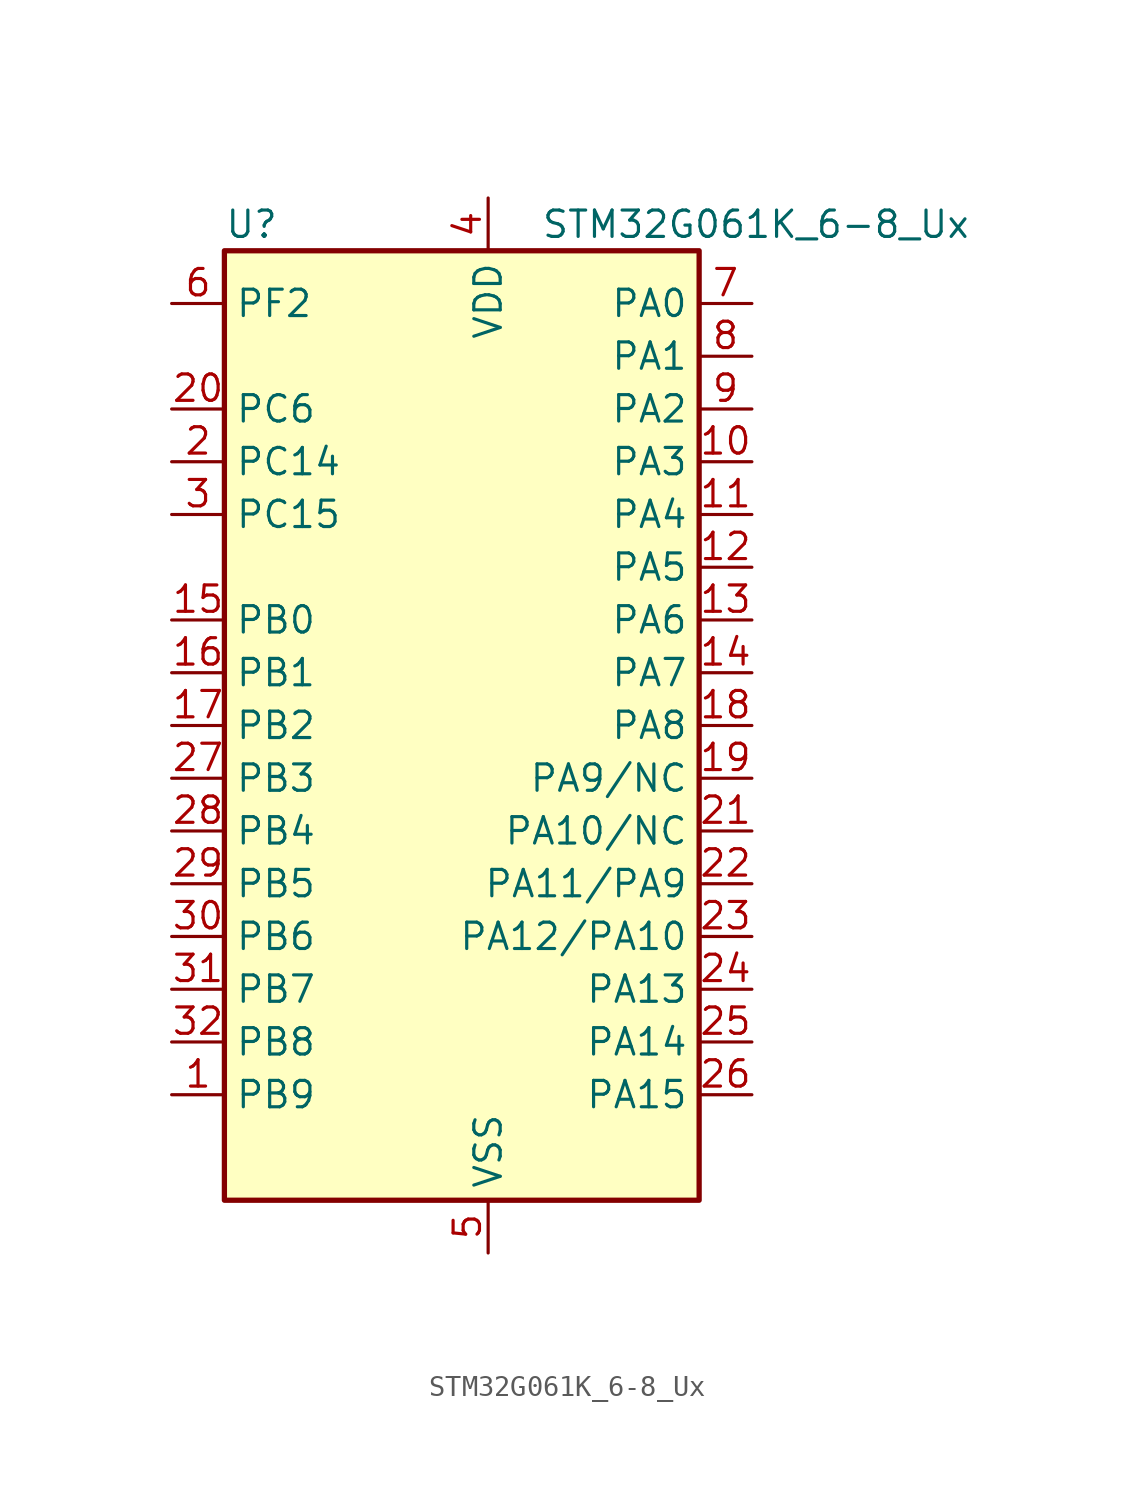
<source format=kicad_sym>
(kicad_symbol_lib
  (version 20231120)
  (generator "kicad_symbol_editor")
  (generator_version "8.0")
  (symbol "STM32G061K_6-8_Ux"
    (property "Reference" "U"
      (at -10.16 24.13 0)
      (effects (font (size 1.27 1.27)) (justify left)))
    (property "Value" "STM32G061K_6-8_Ux"
      (at 5.08 24.13 0)
      (effects (font (size 1.27 1.27)) (justify left)))
    (property "ki_locked" ""
      (at 0 0 0)
      (effects (font (size 1.27 1.27))))
    (symbol "STM32G061K_6-8_Ux_0_1"
      (rectangle (start -10.16 -22.86) (end 12.7 22.86) (stroke (width 0.254) (type default)) (fill (type background))))
    (symbol "STM32G061K_6-8_Ux_1_1"
      (pin bidirectional line (at -12.7 -17.78 0) (length 2.54) (name "PB9" (effects (font (size 1.27 1.27)))) (number "1" (effects (font (size 1.27 1.27)))) (alternate "DAC1_EXTI9" bidirectional line) (alternate "I2C1_SDA" bidirectional line) (alternate "IR_OUT" bidirectional line) (alternate "SPI2_NSS" bidirectional line) (alternate "TIM17_CH1" bidirectional line))
      (pin bidirectional line (at 15.24 12.7 180) (length 2.54) (name "PA3" (effects (font (size 1.27 1.27)))) (number "10" (effects (font (size 1.27 1.27)))) (alternate "ADC1_IN3" bidirectional line) (alternate "COMP2_INP" bidirectional line) (alternate "LPUART1_RX" bidirectional line) (alternate "SPI2_MISO" bidirectional line) (alternate "TIM15_CH2" bidirectional line) (alternate "TIM2_CH4" bidirectional line) (alternate "USART2_RX" bidirectional line))
      (pin bidirectional line (at 15.24 10.16 180) (length 2.54) (name "PA4" (effects (font (size 1.27 1.27)))) (number "11" (effects (font (size 1.27 1.27)))) (alternate "ADC1_IN4" bidirectional line) (alternate "DAC1_OUT1" bidirectional line) (alternate "I2S1_WS" bidirectional line) (alternate "LPTIM2_OUT" bidirectional line) (alternate "RTC_OUT1" bidirectional line) (alternate "RTC_TAMP_IN1" bidirectional line) (alternate "RTC_TS" bidirectional line) (alternate "SPI1_NSS" bidirectional line) (alternate "SPI2_MOSI" bidirectional line) (alternate "SYS_WKUP2" bidirectional line) (alternate "TIM14_CH1" bidirectional line))
      (pin bidirectional line (at 15.24 7.62 180) (length 2.54) (name "PA5" (effects (font (size 1.27 1.27)))) (number "12" (effects (font (size 1.27 1.27)))) (alternate "ADC1_IN5" bidirectional line) (alternate "DAC1_OUT2" bidirectional line) (alternate "I2S1_CK" bidirectional line) (alternate "LPTIM2_ETR" bidirectional line) (alternate "SPI1_SCK" bidirectional line) (alternate "TIM2_CH1" bidirectional line) (alternate "TIM2_ETR" bidirectional line))
      (pin bidirectional line (at 15.24 5.08 180) (length 2.54) (name "PA6" (effects (font (size 1.27 1.27)))) (number "13" (effects (font (size 1.27 1.27)))) (alternate "ADC1_IN6" bidirectional line) (alternate "COMP1_OUT" bidirectional line) (alternate "I2S1_MCK" bidirectional line) (alternate "LPUART1_CTS" bidirectional line) (alternate "SPI1_MISO" bidirectional line) (alternate "TIM16_CH1" bidirectional line) (alternate "TIM1_BK" bidirectional line) (alternate "TIM3_CH1" bidirectional line))
      (pin bidirectional line (at 15.24 2.54 180) (length 2.54) (name "PA7" (effects (font (size 1.27 1.27)))) (number "14" (effects (font (size 1.27 1.27)))) (alternate "ADC1_IN7" bidirectional line) (alternate "COMP2_OUT" bidirectional line) (alternate "I2S1_SD" bidirectional line) (alternate "SPI1_MOSI" bidirectional line) (alternate "TIM14_CH1" bidirectional line) (alternate "TIM17_CH1" bidirectional line) (alternate "TIM1_CH1N" bidirectional line) (alternate "TIM3_CH2" bidirectional line))
      (pin bidirectional line (at -12.7 5.08 0) (length 2.54) (name "PB0" (effects (font (size 1.27 1.27)))) (number "15" (effects (font (size 1.27 1.27)))) (alternate "ADC1_IN8" bidirectional line) (alternate "COMP1_OUT" bidirectional line) (alternate "I2S1_WS" bidirectional line) (alternate "LPTIM1_OUT" bidirectional line) (alternate "SPI1_NSS" bidirectional line) (alternate "TIM1_CH2N" bidirectional line) (alternate "TIM3_CH3" bidirectional line))
      (pin bidirectional line (at -12.7 2.54 0) (length 2.54) (name "PB1" (effects (font (size 1.27 1.27)))) (number "16" (effects (font (size 1.27 1.27)))) (alternate "ADC1_IN9" bidirectional line) (alternate "COMP1_INM" bidirectional line) (alternate "LPTIM2_IN1" bidirectional line) (alternate "LPUART1_DE" bidirectional line) (alternate "LPUART1_RTS" bidirectional line) (alternate "TIM14_CH1" bidirectional line) (alternate "TIM1_CH3N" bidirectional line) (alternate "TIM3_CH4" bidirectional line))
      (pin bidirectional line (at -12.7 0 0) (length 2.54) (name "PB2" (effects (font (size 1.27 1.27)))) (number "17" (effects (font (size 1.27 1.27)))) (alternate "ADC1_IN10" bidirectional line) (alternate "COMP1_INP" bidirectional line) (alternate "LPTIM1_OUT" bidirectional line) (alternate "SPI2_MISO" bidirectional line))
      (pin bidirectional line (at 15.24 0 180) (length 2.54) (name "PA8" (effects (font (size 1.27 1.27)))) (number "18" (effects (font (size 1.27 1.27)))) (alternate "LPTIM2_OUT" bidirectional line) (alternate "RCC_MCO" bidirectional line) (alternate "SPI2_NSS" bidirectional line) (alternate "TIM1_CH1" bidirectional line))
      (pin bidirectional line (at 15.24 -2.54 180) (length 2.54) (name "PA9/NC" (effects (font (size 1.27 1.27)))) (number "19" (effects (font (size 1.27 1.27)))) (alternate "DAC1_EXTI9" bidirectional line) (alternate "I2C1_SCL" bidirectional line) (alternate "RCC_MCO" bidirectional line) (alternate "SPI2_MISO" bidirectional line) (alternate "TIM15_BK" bidirectional line) (alternate "TIM1_CH2" bidirectional line) (alternate "USART1_TX" bidirectional line))
      (pin bidirectional line (at -12.7 12.7 0) (length 2.54) (name "PC14" (effects (font (size 1.27 1.27)))) (number "2" (effects (font (size 1.27 1.27)))) (alternate "RCC_OSC32_IN" bidirectional line) (alternate "RCC_OSC_IN" bidirectional line) (alternate "TIM1_BK2" bidirectional line))
      (pin bidirectional line (at -12.7 15.24 0) (length 2.54) (name "PC6" (effects (font (size 1.27 1.27)))) (number "20" (effects (font (size 1.27 1.27)))) (alternate "TIM2_CH3" bidirectional line) (alternate "TIM3_CH1" bidirectional line))
      (pin bidirectional line (at 15.24 -5.08 180) (length 2.54) (name "PA10/NC" (effects (font (size 1.27 1.27)))) (number "21" (effects (font (size 1.27 1.27)))) (alternate "I2C1_SDA" bidirectional line) (alternate "SPI2_MOSI" bidirectional line) (alternate "TIM17_BK" bidirectional line) (alternate "TIM1_CH3" bidirectional line) (alternate "USART1_RX" bidirectional line))
      (pin bidirectional line (at 15.24 -7.62 180) (length 2.54) (name "PA11/PA9" (effects (font (size 1.27 1.27)))) (number "22" (effects (font (size 1.27 1.27)))) (alternate "ADC1_EXTI11" bidirectional line) (alternate "ADC1_IN15" bidirectional line) (alternate "COMP1_OUT" bidirectional line) (alternate "I2C2_SCL" bidirectional line) (alternate "I2S1_MCK" bidirectional line) (alternate "SPI1_MISO" bidirectional line) (alternate "TIM1_BK2" bidirectional line) (alternate "TIM1_CH4" bidirectional line) (alternate "USART1_CTS" bidirectional line) (alternate "USART1_NSS" bidirectional line))
      (pin bidirectional line (at 15.24 -10.16 180) (length 2.54) (name "PA12/PA10" (effects (font (size 1.27 1.27)))) (number "23" (effects (font (size 1.27 1.27)))) (alternate "ADC1_IN16" bidirectional line) (alternate "COMP2_OUT" bidirectional line) (alternate "I2C2_SDA" bidirectional line) (alternate "I2S1_SD" bidirectional line) (alternate "I2S_CKIN" bidirectional line) (alternate "SPI1_MOSI" bidirectional line) (alternate "TIM1_ETR" bidirectional line) (alternate "USART1_CK" bidirectional line) (alternate "USART1_DE" bidirectional line) (alternate "USART1_RTS" bidirectional line))
      (pin bidirectional line (at 15.24 -12.7 180) (length 2.54) (name "PA13" (effects (font (size 1.27 1.27)))) (number "24" (effects (font (size 1.27 1.27)))) (alternate "ADC1_IN17" bidirectional line) (alternate "IR_OUT" bidirectional line) (alternate "SYS_SWDIO" bidirectional line))
      (pin bidirectional line (at 15.24 -15.24 180) (length 2.54) (name "PA14" (effects (font (size 1.27 1.27)))) (number "25" (effects (font (size 1.27 1.27)))) (alternate "ADC1_IN18" bidirectional line) (alternate "SYS_SWCLK" bidirectional line) (alternate "USART2_TX" bidirectional line))
      (pin bidirectional line (at 15.24 -17.78 180) (length 2.54) (name "PA15" (effects (font (size 1.27 1.27)))) (number "26" (effects (font (size 1.27 1.27)))) (alternate "I2S1_WS" bidirectional line) (alternate "SPI1_NSS" bidirectional line) (alternate "TIM2_CH1" bidirectional line) (alternate "TIM2_ETR" bidirectional line) (alternate "USART2_RX" bidirectional line))
      (pin bidirectional line (at -12.7 -2.54 0) (length 2.54) (name "PB3" (effects (font (size 1.27 1.27)))) (number "27" (effects (font (size 1.27 1.27)))) (alternate "COMP2_INM" bidirectional line) (alternate "I2S1_CK" bidirectional line) (alternate "SPI1_SCK" bidirectional line) (alternate "TIM1_CH2" bidirectional line) (alternate "TIM2_CH2" bidirectional line) (alternate "USART1_CK" bidirectional line) (alternate "USART1_DE" bidirectional line) (alternate "USART1_RTS" bidirectional line))
      (pin bidirectional line (at -12.7 -5.08 0) (length 2.54) (name "PB4" (effects (font (size 1.27 1.27)))) (number "28" (effects (font (size 1.27 1.27)))) (alternate "COMP2_INP" bidirectional line) (alternate "I2S1_MCK" bidirectional line) (alternate "SPI1_MISO" bidirectional line) (alternate "TIM17_BK" bidirectional line) (alternate "TIM3_CH1" bidirectional line) (alternate "USART1_CTS" bidirectional line) (alternate "USART1_NSS" bidirectional line))
      (pin bidirectional line (at -12.7 -7.62 0) (length 2.54) (name "PB5" (effects (font (size 1.27 1.27)))) (number "29" (effects (font (size 1.27 1.27)))) (alternate "COMP2_OUT" bidirectional line) (alternate "I2C1_SMBA" bidirectional line) (alternate "I2S1_SD" bidirectional line) (alternate "LPTIM1_IN1" bidirectional line) (alternate "SPI1_MOSI" bidirectional line) (alternate "SYS_WKUP6" bidirectional line) (alternate "TIM16_BK" bidirectional line) (alternate "TIM3_CH2" bidirectional line))
      (pin bidirectional line (at -12.7 10.16 0) (length 2.54) (name "PC15" (effects (font (size 1.27 1.27)))) (number "3" (effects (font (size 1.27 1.27)))) (alternate "RCC_OSC32_EN" bidirectional line) (alternate "RCC_OSC32_OUT" bidirectional line) (alternate "RCC_OSC_EN" bidirectional line) (alternate "TIM15_BK" bidirectional line))
      (pin bidirectional line (at -12.7 -10.16 0) (length 2.54) (name "PB6" (effects (font (size 1.27 1.27)))) (number "30" (effects (font (size 1.27 1.27)))) (alternate "COMP2_INP" bidirectional line) (alternate "I2C1_SCL" bidirectional line) (alternate "LPTIM1_ETR" bidirectional line) (alternate "SPI2_MISO" bidirectional line) (alternate "TIM16_CH1N" bidirectional line) (alternate "TIM1_CH3" bidirectional line) (alternate "USART1_TX" bidirectional line))
      (pin bidirectional line (at -12.7 -12.7 0) (length 2.54) (name "PB7" (effects (font (size 1.27 1.27)))) (number "31" (effects (font (size 1.27 1.27)))) (alternate "ADC1_IN11" bidirectional line) (alternate "COMP2_INM" bidirectional line) (alternate "I2C1_SDA" bidirectional line) (alternate "LPTIM1_IN2" bidirectional line) (alternate "SPI2_MOSI" bidirectional line) (alternate "SYS_PVD_IN" bidirectional line) (alternate "TIM17_CH1N" bidirectional line) (alternate "USART1_RX" bidirectional line))
      (pin bidirectional line (at -12.7 -15.24 0) (length 2.54) (name "PB8" (effects (font (size 1.27 1.27)))) (number "32" (effects (font (size 1.27 1.27)))) (alternate "I2C1_SCL" bidirectional line) (alternate "SPI2_SCK" bidirectional line) (alternate "TIM15_BK" bidirectional line) (alternate "TIM16_CH1" bidirectional line))
      (pin passive line (at 2.54 -25.4 90) (length 2.54) hide (name "VSS" (effects (font (size 1.27 1.27)))) (number "33" (effects (font (size 1.27 1.27)))))
      (pin power_in line (at 2.54 25.4 270) (length 2.54) (name "VDD" (effects (font (size 1.27 1.27)))) (number "4" (effects (font (size 1.27 1.27)))))
      (pin power_in line (at 2.54 -25.4 90) (length 2.54) (name "VSS" (effects (font (size 1.27 1.27)))) (number "5" (effects (font (size 1.27 1.27)))))
      (pin bidirectional line (at -12.7 20.32 0) (length 2.54) (name "PF2" (effects (font (size 1.27 1.27)))) (number "6" (effects (font (size 1.27 1.27)))) (alternate "RCC_MCO" bidirectional line))
      (pin bidirectional line (at 15.24 20.32 180) (length 2.54) (name "PA0" (effects (font (size 1.27 1.27)))) (number "7" (effects (font (size 1.27 1.27)))) (alternate "ADC1_IN0" bidirectional line) (alternate "COMP1_INM" bidirectional line) (alternate "COMP1_OUT" bidirectional line) (alternate "LPTIM1_OUT" bidirectional line) (alternate "RTC_TAMP_IN2" bidirectional line) (alternate "SPI2_SCK" bidirectional line) (alternate "SYS_WKUP1" bidirectional line) (alternate "TIM2_CH1" bidirectional line) (alternate "TIM2_ETR" bidirectional line) (alternate "USART2_CTS" bidirectional line) (alternate "USART2_NSS" bidirectional line))
      (pin bidirectional line (at 15.24 17.78 180) (length 2.54) (name "PA1" (effects (font (size 1.27 1.27)))) (number "8" (effects (font (size 1.27 1.27)))) (alternate "ADC1_IN1" bidirectional line) (alternate "COMP1_INP" bidirectional line) (alternate "I2C1_SMBA" bidirectional line) (alternate "I2S1_CK" bidirectional line) (alternate "SPI1_SCK" bidirectional line) (alternate "TIM15_CH1N" bidirectional line) (alternate "TIM2_CH2" bidirectional line) (alternate "USART2_CK" bidirectional line) (alternate "USART2_DE" bidirectional line) (alternate "USART2_RTS" bidirectional line))
      (pin bidirectional line (at 15.24 15.24 180) (length 2.54) (name "PA2" (effects (font (size 1.27 1.27)))) (number "9" (effects (font (size 1.27 1.27)))) (alternate "ADC1_IN2" bidirectional line) (alternate "COMP2_INM" bidirectional line) (alternate "COMP2_OUT" bidirectional line) (alternate "I2S1_SD" bidirectional line) (alternate "LPUART1_TX" bidirectional line) (alternate "RCC_LSCO" bidirectional line) (alternate "SPI1_MOSI" bidirectional line) (alternate "SYS_WKUP4" bidirectional line) (alternate "TIM15_CH1" bidirectional line) (alternate "TIM2_CH3" bidirectional line) (alternate "USART2_TX" bidirectional line)))))
</source>
